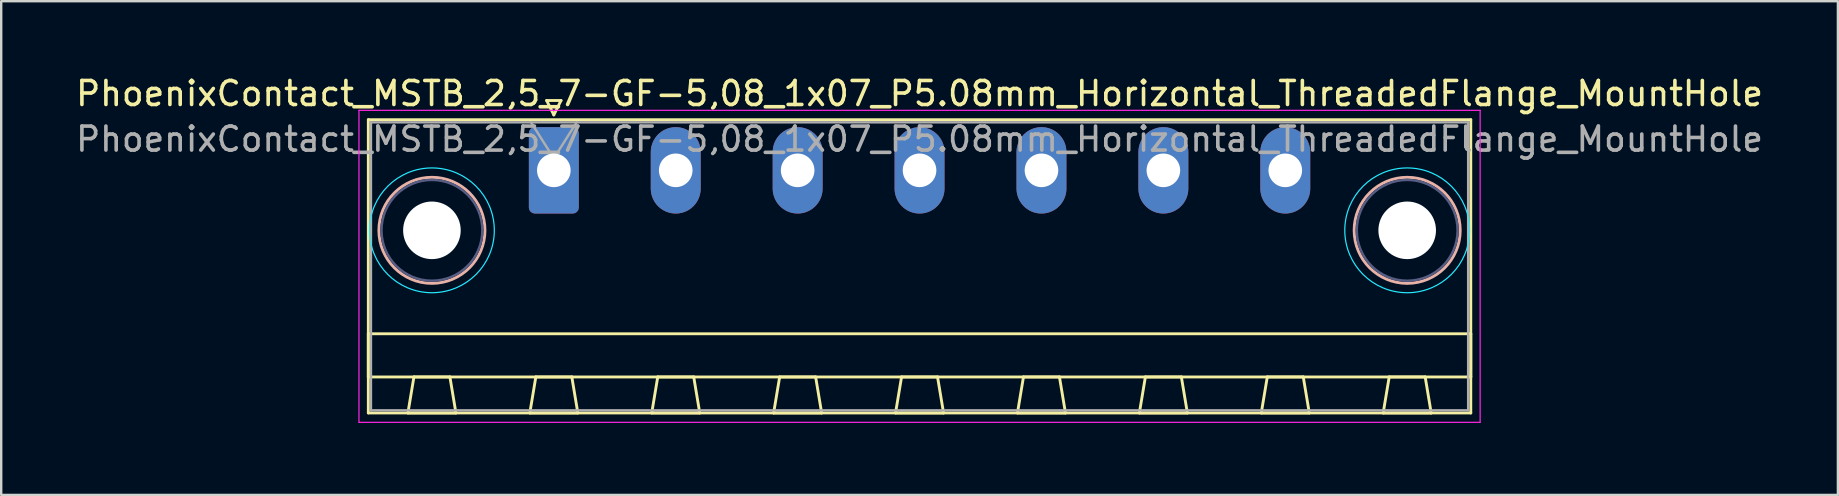
<source format=kicad_pcb>
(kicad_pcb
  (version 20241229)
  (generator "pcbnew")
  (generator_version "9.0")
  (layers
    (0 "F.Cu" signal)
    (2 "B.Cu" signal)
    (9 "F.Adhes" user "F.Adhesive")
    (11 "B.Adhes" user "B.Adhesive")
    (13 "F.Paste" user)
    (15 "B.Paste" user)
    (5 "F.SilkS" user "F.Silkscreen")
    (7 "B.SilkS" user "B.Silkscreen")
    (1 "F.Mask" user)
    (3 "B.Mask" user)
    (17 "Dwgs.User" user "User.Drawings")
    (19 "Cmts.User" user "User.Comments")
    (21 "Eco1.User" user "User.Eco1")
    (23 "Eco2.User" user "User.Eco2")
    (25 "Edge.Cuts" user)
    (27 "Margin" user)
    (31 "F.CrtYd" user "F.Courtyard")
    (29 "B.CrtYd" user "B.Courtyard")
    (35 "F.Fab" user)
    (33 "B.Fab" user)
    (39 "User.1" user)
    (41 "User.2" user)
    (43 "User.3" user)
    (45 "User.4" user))
  (footprint "PhoenixContact_MSTB_2,5_7-GF-5,08_1x07_P5.08mm_Horizontal_ThreadedFlange_MountHole"
    (layer "F.Cu")
    (at 20.028 4.048)
    (property "Reference" "PhoenixContact_MSTB_2,5_7-GF-5,08_1x07_P5.08mm_Horizontal_ThreadedFlange_MountHole" (at 15.24 -3.2 0) (layer "F.SilkS") (effects (font (size 1 1) (thickness 0.15))))
    (attr through_hole)
    (fp_line (start -7.73 -2.11) (end -7.73 10.11) (stroke (width 0.12) (type solid)) (layer "F.SilkS"))
    (fp_line (start -7.73 6.81) (end 38.21 6.81) (stroke (width 0.12) (type solid)) (layer "F.SilkS"))
    (fp_line (start -7.73 8.61) (end -7.73 6.81) (stroke (width 0.12) (type solid)) (layer "F.SilkS"))
    (fp_line (start -7.73 10.11) (end 38.21 10.11) (stroke (width 0.12) (type solid)) (layer "F.SilkS"))
    (fp_line (start -6.08 10.11) (end -4.08 10.11) (stroke (width 0.12) (type solid)) (layer "F.SilkS"))
    (fp_line (start -5.83 8.61) (end -6.08 10.11) (stroke (width 0.12) (type solid)) (layer "F.SilkS"))
    (fp_line (start -4.33 8.61) (end -5.83 8.61) (stroke (width 0.12) (type solid)) (layer "F.SilkS"))
    (fp_line (start -4.08 10.11) (end -4.33 8.61) (stroke (width 0.12) (type solid)) (layer "F.SilkS"))
    (fp_line (start -1 10.11) (end 1 10.11) (stroke (width 0.12) (type solid)) (layer "F.SilkS"))
    (fp_line (start -0.75 8.61) (end -1 10.11) (stroke (width 0.12) (type solid)) (layer "F.SilkS"))
    (fp_line (start -0.3 -2.91) (end 0.3 -2.91) (stroke (width 0.12) (type solid)) (layer "F.SilkS"))
    (fp_line (start 0 -2.31) (end -0.3 -2.91) (stroke (width 0.12) (type solid)) (layer "F.SilkS"))
    (fp_line (start 0.3 -2.91) (end 0 -2.31) (stroke (width 0.12) (type solid)) (layer "F.SilkS"))
    (fp_line (start 0.75 8.61) (end -0.75 8.61) (stroke (width 0.12) (type solid)) (layer "F.SilkS"))
    (fp_line (start 1 10.11) (end 0.75 8.61) (stroke (width 0.12) (type solid)) (layer "F.SilkS"))
    (fp_line (start 4.08 10.11) (end 6.08 10.11) (stroke (width 0.12) (type solid)) (layer "F.SilkS"))
    (fp_line (start 4.33 8.61) (end 4.08 10.11) (stroke (width 0.12) (type solid)) (layer "F.SilkS"))
    (fp_line (start 5.83 8.61) (end 4.33 8.61) (stroke (width 0.12) (type solid)) (layer "F.SilkS"))
    (fp_line (start 6.08 10.11) (end 5.83 8.61) (stroke (width 0.12) (type solid)) (layer "F.SilkS"))
    (fp_line (start 9.16 10.11) (end 11.16 10.11) (stroke (width 0.12) (type solid)) (layer "F.SilkS"))
    (fp_line (start 9.41 8.61) (end 9.16 10.11) (stroke (width 0.12) (type solid)) (layer "F.SilkS"))
    (fp_line (start 10.91 8.61) (end 9.41 8.61) (stroke (width 0.12) (type solid)) (layer "F.SilkS"))
    (fp_line (start 11.16 10.11) (end 10.91 8.61) (stroke (width 0.12) (type solid)) (layer "F.SilkS"))
    (fp_line (start 14.24 10.11) (end 16.24 10.11) (stroke (width 0.12) (type solid)) (layer "F.SilkS"))
    (fp_line (start 14.49 8.61) (end 14.24 10.11) (stroke (width 0.12) (type solid)) (layer "F.SilkS"))
    (fp_line (start 15.99 8.61) (end 14.49 8.61) (stroke (width 0.12) (type solid)) (layer "F.SilkS"))
    (fp_line (start 16.24 10.11) (end 15.99 8.61) (stroke (width 0.12) (type solid)) (layer "F.SilkS"))
    (fp_line (start 19.32 10.11) (end 21.32 10.11) (stroke (width 0.12) (type solid)) (layer "F.SilkS"))
    (fp_line (start 19.57 8.61) (end 19.32 10.11) (stroke (width 0.12) (type solid)) (layer "F.SilkS"))
    (fp_line (start 21.07 8.61) (end 19.57 8.61) (stroke (width 0.12) (type solid)) (layer "F.SilkS"))
    (fp_line (start 21.32 10.11) (end 21.07 8.61) (stroke (width 0.12) (type solid)) (layer "F.SilkS"))
    (fp_line (start 24.4 10.11) (end 26.4 10.11) (stroke (width 0.12) (type solid)) (layer "F.SilkS"))
    (fp_line (start 24.65 8.61) (end 24.4 10.11) (stroke (width 0.12) (type solid)) (layer "F.SilkS"))
    (fp_line (start 26.15 8.61) (end 24.65 8.61) (stroke (width 0.12) (type solid)) (layer "F.SilkS"))
    (fp_line (start 26.4 10.11) (end 26.15 8.61) (stroke (width 0.12) (type solid)) (layer "F.SilkS"))
    (fp_line (start 29.48 10.11) (end 31.48 10.11) (stroke (width 0.12) (type solid)) (layer "F.SilkS"))
    (fp_line (start 29.73 8.61) (end 29.48 10.11) (stroke (width 0.12) (type solid)) (layer "F.SilkS"))
    (fp_line (start 31.23 8.61) (end 29.73 8.61) (stroke (width 0.12) (type solid)) (layer "F.SilkS"))
    (fp_line (start 31.48 10.11) (end 31.23 8.61) (stroke (width 0.12) (type solid)) (layer "F.SilkS"))
    (fp_line (start 34.56 10.11) (end 36.56 10.11) (stroke (width 0.12) (type solid)) (layer "F.SilkS"))
    (fp_line (start 34.81 8.61) (end 34.56 10.11) (stroke (width 0.12) (type solid)) (layer "F.SilkS"))
    (fp_line (start 36.31 8.61) (end 34.81 8.61) (stroke (width 0.12) (type solid)) (layer "F.SilkS"))
    (fp_line (start 36.56 10.11) (end 36.31 8.61) (stroke (width 0.12) (type solid)) (layer "F.SilkS"))
    (fp_line (start 38.21 -2.11) (end -7.73 -2.11) (stroke (width 0.12) (type solid)) (layer "F.SilkS"))
    (fp_line (start 38.21 6.81) (end 38.21 8.61) (stroke (width 0.12) (type solid)) (layer "F.SilkS"))
    (fp_line (start 38.21 8.61) (end -7.73 8.61) (stroke (width 0.12) (type solid)) (layer "F.SilkS"))
    (fp_line (start 38.21 10.11) (end 38.21 -2.11) (stroke (width 0.12) (type solid)) (layer "F.SilkS"))
    (fp_circle (center -5.08 2.5) (end -2.87 2.5) (stroke (width 0.12) (type solid)) (fill no) (layer "B.SilkS"))
    (fp_circle (center 35.56 2.5) (end 37.77 2.5) (stroke (width 0.12) (type solid)) (fill no) (layer "B.SilkS"))
    (fp_circle (center -5.08 2.5) (end -2.48 2.5) (stroke (width 0.05) (type solid)) (fill no) (layer "B.CrtYd"))
    (fp_circle (center 35.56 2.5) (end 38.16 2.5) (stroke (width 0.05) (type solid)) (fill no) (layer "B.CrtYd"))
    (fp_line (start -8.12 -2.5) (end -8.12 10.5) (stroke (width 0.05) (type solid)) (layer "F.CrtYd"))
    (fp_line (start -8.12 10.5) (end 38.6 10.5) (stroke (width 0.05) (type solid)) (layer "F.CrtYd"))
    (fp_line (start 38.6 -2.5) (end -8.12 -2.5) (stroke (width 0.05) (type solid)) (layer "F.CrtYd"))
    (fp_line (start 38.6 10.5) (end 38.6 -2.5) (stroke (width 0.05) (type solid)) (layer "F.CrtYd"))
    (fp_circle (center -5.08 2.5) (end -2.98 2.5) (stroke (width 0.1) (type solid)) (fill no) (layer "B.Fab"))
    (fp_circle (center 35.56 2.5) (end 37.66 2.5) (stroke (width 0.1) (type solid)) (fill no) (layer "B.Fab"))
    (fp_line (start -7.62 -2) (end -7.62 10) (stroke (width 0.1) (type solid)) (layer "F.Fab"))
    (fp_line (start -7.62 10) (end 38.1 10) (stroke (width 0.1) (type solid)) (layer "F.Fab"))
    (fp_line (start 0 -0.5) (end -0.95 -2) (stroke (width 0.1) (type solid)) (layer "F.Fab"))
    (fp_line (start 0.95 -2) (end 0 -0.5) (stroke (width 0.1) (type solid)) (layer "F.Fab"))
    (fp_line (start 38.1 -2) (end -7.62 -2) (stroke (width 0.1) (type solid)) (layer "F.Fab"))
    (fp_line (start 38.1 10) (end 38.1 -2) (stroke (width 0.1) (type solid)) (layer "F.Fab"))
    (fp_text user "${REFERENCE}" (at 15.24 -1.3 0) (layer "F.Fab") (effects (font (size 1 1) (thickness 0.15))))
    (pad "" np_thru_hole circle (at -5.08 2.5) (size 2.4 2.4) (drill 2.4) (layers "*.Cu" "*.Mask"))
    (pad "" np_thru_hole circle (at 35.56 2.5) (size 2.4 2.4) (drill 2.4) (layers "*.Cu" "*.Mask"))
    (pad "1" thru_hole roundrect (at 0 0) (size 2.08 3.6) (drill 1.4) (layers "*.Cu" "*.Mask") (roundrect_rratio 0.12))
    (pad "2" thru_hole oval (at 5.08 0) (size 2.08 3.6) (drill 1.4) (layers "*.Cu" "*.Mask"))
    (pad "3" thru_hole oval (at 10.16 0) (size 2.08 3.6) (drill 1.4) (layers "*.Cu" "*.Mask"))
    (pad "4" thru_hole oval (at 15.24 0) (size 2.08 3.6) (drill 1.4) (layers "*.Cu" "*.Mask"))
    (pad "5" thru_hole oval (at 20.32 0) (size 2.08 3.6) (drill 1.4) (layers "*.Cu" "*.Mask"))
    (pad "6" thru_hole oval (at 25.4 0) (size 2.08 3.6) (drill 1.4) (layers "*.Cu" "*.Mask"))
    (pad "7" thru_hole oval (at 30.48 0) (size 2.08 3.6) (drill 1.4) (layers "*.Cu" "*.Mask")))
  (gr_rect
    (start -3 -3)
    (end 73.536 17.573)
    (stroke (width 0.1) (type default))
    (fill no)
    (layer "Edge.Cuts")))
</source>
